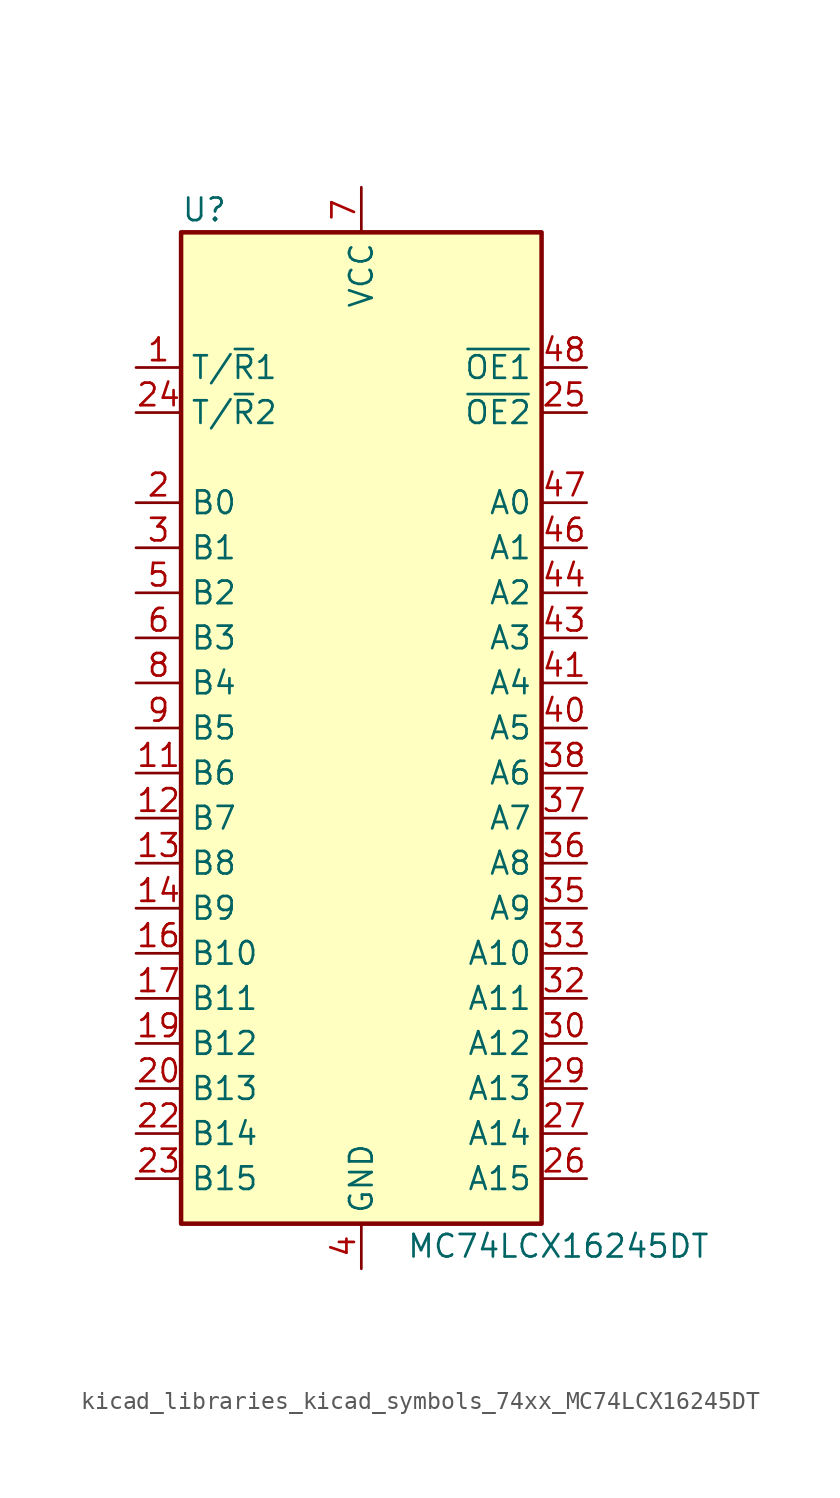
<source format=kicad_sym>
(kicad_symbol_lib
  (version 20220914)
  (generator kicad_symbol_editor)
  (symbol "kicad_libraries_kicad_symbols_74xx_MC74LCX16245DT"
    (property "Reference" "U"
      (at -10.16 29.21 0)
      (effects (font (size 1.27 1.27)) (justify left)))
    (property "Value" "MC74LCX16245DT"
      (at 2.54 -29.21 0)
      (effects (font (size 1.27 1.27)) (justify left)))
    (symbol "kicad_libraries_kicad_symbols_74xx_MC74LCX16245DT_0_1"
      (rectangle (start -10.16 27.94) (end 10.16 -27.94) (stroke (width 0.254) (type default)) (fill (type background))))
    (symbol "kicad_libraries_kicad_symbols_74xx_MC74LCX16245DT_1_1"
      (pin input line (at -12.7 20.32 0) (length 2.54) (name "T/~{R}1" (effects (font (size 1.27 1.27)))) (number "1" (effects (font (size 1.27 1.27)))))
      (pin passive line (at 0 -30.48 90) (length 2.54) hide (name "GND" (effects (font (size 1.27 1.27)))) (number "10" (effects (font (size 1.27 1.27)))))
      (pin bidirectional line (at -12.7 -2.54 0) (length 2.54) (name "B6" (effects (font (size 1.27 1.27)))) (number "11" (effects (font (size 1.27 1.27)))))
      (pin bidirectional line (at -12.7 -5.08 0) (length 2.54) (name "B7" (effects (font (size 1.27 1.27)))) (number "12" (effects (font (size 1.27 1.27)))))
      (pin bidirectional line (at -12.7 -7.62 0) (length 2.54) (name "B8" (effects (font (size 1.27 1.27)))) (number "13" (effects (font (size 1.27 1.27)))))
      (pin bidirectional line (at -12.7 -10.16 0) (length 2.54) (name "B9" (effects (font (size 1.27 1.27)))) (number "14" (effects (font (size 1.27 1.27)))))
      (pin passive line (at 0 -30.48 90) (length 2.54) hide (name "GND" (effects (font (size 1.27 1.27)))) (number "15" (effects (font (size 1.27 1.27)))))
      (pin bidirectional line (at -12.7 -12.7 0) (length 2.54) (name "B10" (effects (font (size 1.27 1.27)))) (number "16" (effects (font (size 1.27 1.27)))))
      (pin bidirectional line (at -12.7 -15.24 0) (length 2.54) (name "B11" (effects (font (size 1.27 1.27)))) (number "17" (effects (font (size 1.27 1.27)))))
      (pin passive line (at 0 30.48 270) (length 2.54) hide (name "VCC" (effects (font (size 1.27 1.27)))) (number "18" (effects (font (size 1.27 1.27)))))
      (pin bidirectional line (at -12.7 -17.78 0) (length 2.54) (name "B12" (effects (font (size 1.27 1.27)))) (number "19" (effects (font (size 1.27 1.27)))))
      (pin bidirectional line (at -12.7 12.7 0) (length 2.54) (name "B0" (effects (font (size 1.27 1.27)))) (number "2" (effects (font (size 1.27 1.27)))))
      (pin bidirectional line (at -12.7 -20.32 0) (length 2.54) (name "B13" (effects (font (size 1.27 1.27)))) (number "20" (effects (font (size 1.27 1.27)))))
      (pin passive line (at 0 -30.48 90) (length 2.54) hide (name "GND" (effects (font (size 1.27 1.27)))) (number "21" (effects (font (size 1.27 1.27)))))
      (pin bidirectional line (at -12.7 -22.86 0) (length 2.54) (name "B14" (effects (font (size 1.27 1.27)))) (number "22" (effects (font (size 1.27 1.27)))))
      (pin bidirectional line (at -12.7 -25.4 0) (length 2.54) (name "B15" (effects (font (size 1.27 1.27)))) (number "23" (effects (font (size 1.27 1.27)))))
      (pin input line (at -12.7 17.78 0) (length 2.54) (name "T/~{R}2" (effects (font (size 1.27 1.27)))) (number "24" (effects (font (size 1.27 1.27)))))
      (pin input line (at 12.7 17.78 180) (length 2.54) (name "~{OE2}" (effects (font (size 1.27 1.27)))) (number "25" (effects (font (size 1.27 1.27)))))
      (pin bidirectional line (at 12.7 -25.4 180) (length 2.54) (name "A15" (effects (font (size 1.27 1.27)))) (number "26" (effects (font (size 1.27 1.27)))))
      (pin bidirectional line (at 12.7 -22.86 180) (length 2.54) (name "A14" (effects (font (size 1.27 1.27)))) (number "27" (effects (font (size 1.27 1.27)))))
      (pin passive line (at 0 -30.48 90) (length 2.54) hide (name "GND" (effects (font (size 1.27 1.27)))) (number "28" (effects (font (size 1.27 1.27)))))
      (pin bidirectional line (at 12.7 -20.32 180) (length 2.54) (name "A13" (effects (font (size 1.27 1.27)))) (number "29" (effects (font (size 1.27 1.27)))))
      (pin bidirectional line (at -12.7 10.16 0) (length 2.54) (name "B1" (effects (font (size 1.27 1.27)))) (number "3" (effects (font (size 1.27 1.27)))))
      (pin bidirectional line (at 12.7 -17.78 180) (length 2.54) (name "A12" (effects (font (size 1.27 1.27)))) (number "30" (effects (font (size 1.27 1.27)))))
      (pin passive line (at 0 30.48 270) (length 2.54) hide (name "VCC" (effects (font (size 1.27 1.27)))) (number "31" (effects (font (size 1.27 1.27)))))
      (pin bidirectional line (at 12.7 -15.24 180) (length 2.54) (name "A11" (effects (font (size 1.27 1.27)))) (number "32" (effects (font (size 1.27 1.27)))))
      (pin bidirectional line (at 12.7 -12.7 180) (length 2.54) (name "A10" (effects (font (size 1.27 1.27)))) (number "33" (effects (font (size 1.27 1.27)))))
      (pin passive line (at 0 -30.48 90) (length 2.54) hide (name "GND" (effects (font (size 1.27 1.27)))) (number "34" (effects (font (size 1.27 1.27)))))
      (pin bidirectional line (at 12.7 -10.16 180) (length 2.54) (name "A9" (effects (font (size 1.27 1.27)))) (number "35" (effects (font (size 1.27 1.27)))))
      (pin bidirectional line (at 12.7 -7.62 180) (length 2.54) (name "A8" (effects (font (size 1.27 1.27)))) (number "36" (effects (font (size 1.27 1.27)))))
      (pin bidirectional line (at 12.7 -5.08 180) (length 2.54) (name "A7" (effects (font (size 1.27 1.27)))) (number "37" (effects (font (size 1.27 1.27)))))
      (pin bidirectional line (at 12.7 -2.54 180) (length 2.54) (name "A6" (effects (font (size 1.27 1.27)))) (number "38" (effects (font (size 1.27 1.27)))))
      (pin passive line (at 0 -30.48 90) (length 2.54) hide (name "GND" (effects (font (size 1.27 1.27)))) (number "39" (effects (font (size 1.27 1.27)))))
      (pin power_in line (at 0 -30.48 90) (length 2.54) (name "GND" (effects (font (size 1.27 1.27)))) (number "4" (effects (font (size 1.27 1.27)))))
      (pin bidirectional line (at 12.7 0 180) (length 2.54) (name "A5" (effects (font (size 1.27 1.27)))) (number "40" (effects (font (size 1.27 1.27)))))
      (pin bidirectional line (at 12.7 2.54 180) (length 2.54) (name "A4" (effects (font (size 1.27 1.27)))) (number "41" (effects (font (size 1.27 1.27)))))
      (pin passive line (at 0 30.48 270) (length 2.54) hide (name "VCC" (effects (font (size 1.27 1.27)))) (number "42" (effects (font (size 1.27 1.27)))))
      (pin bidirectional line (at 12.7 5.08 180) (length 2.54) (name "A3" (effects (font (size 1.27 1.27)))) (number "43" (effects (font (size 1.27 1.27)))))
      (pin bidirectional line (at 12.7 7.62 180) (length 2.54) (name "A2" (effects (font (size 1.27 1.27)))) (number "44" (effects (font (size 1.27 1.27)))))
      (pin passive line (at 0 -30.48 90) (length 2.54) hide (name "GND" (effects (font (size 1.27 1.27)))) (number "45" (effects (font (size 1.27 1.27)))))
      (pin bidirectional line (at 12.7 10.16 180) (length 2.54) (name "A1" (effects (font (size 1.27 1.27)))) (number "46" (effects (font (size 1.27 1.27)))))
      (pin bidirectional line (at 12.7 12.7 180) (length 2.54) (name "A0" (effects (font (size 1.27 1.27)))) (number "47" (effects (font (size 1.27 1.27)))))
      (pin input line (at 12.7 20.32 180) (length 2.54) (name "~{OE1}" (effects (font (size 1.27 1.27)))) (number "48" (effects (font (size 1.27 1.27)))))
      (pin bidirectional line (at -12.7 7.62 0) (length 2.54) (name "B2" (effects (font (size 1.27 1.27)))) (number "5" (effects (font (size 1.27 1.27)))))
      (pin bidirectional line (at -12.7 5.08 0) (length 2.54) (name "B3" (effects (font (size 1.27 1.27)))) (number "6" (effects (font (size 1.27 1.27)))))
      (pin power_in line (at 0 30.48 270) (length 2.54) (name "VCC" (effects (font (size 1.27 1.27)))) (number "7" (effects (font (size 1.27 1.27)))))
      (pin bidirectional line (at -12.7 2.54 0) (length 2.54) (name "B4" (effects (font (size 1.27 1.27)))) (number "8" (effects (font (size 1.27 1.27)))))
      (pin bidirectional line (at -12.7 0 0) (length 2.54) (name "B5" (effects (font (size 1.27 1.27)))) (number "9" (effects (font (size 1.27 1.27))))))))
</source>
